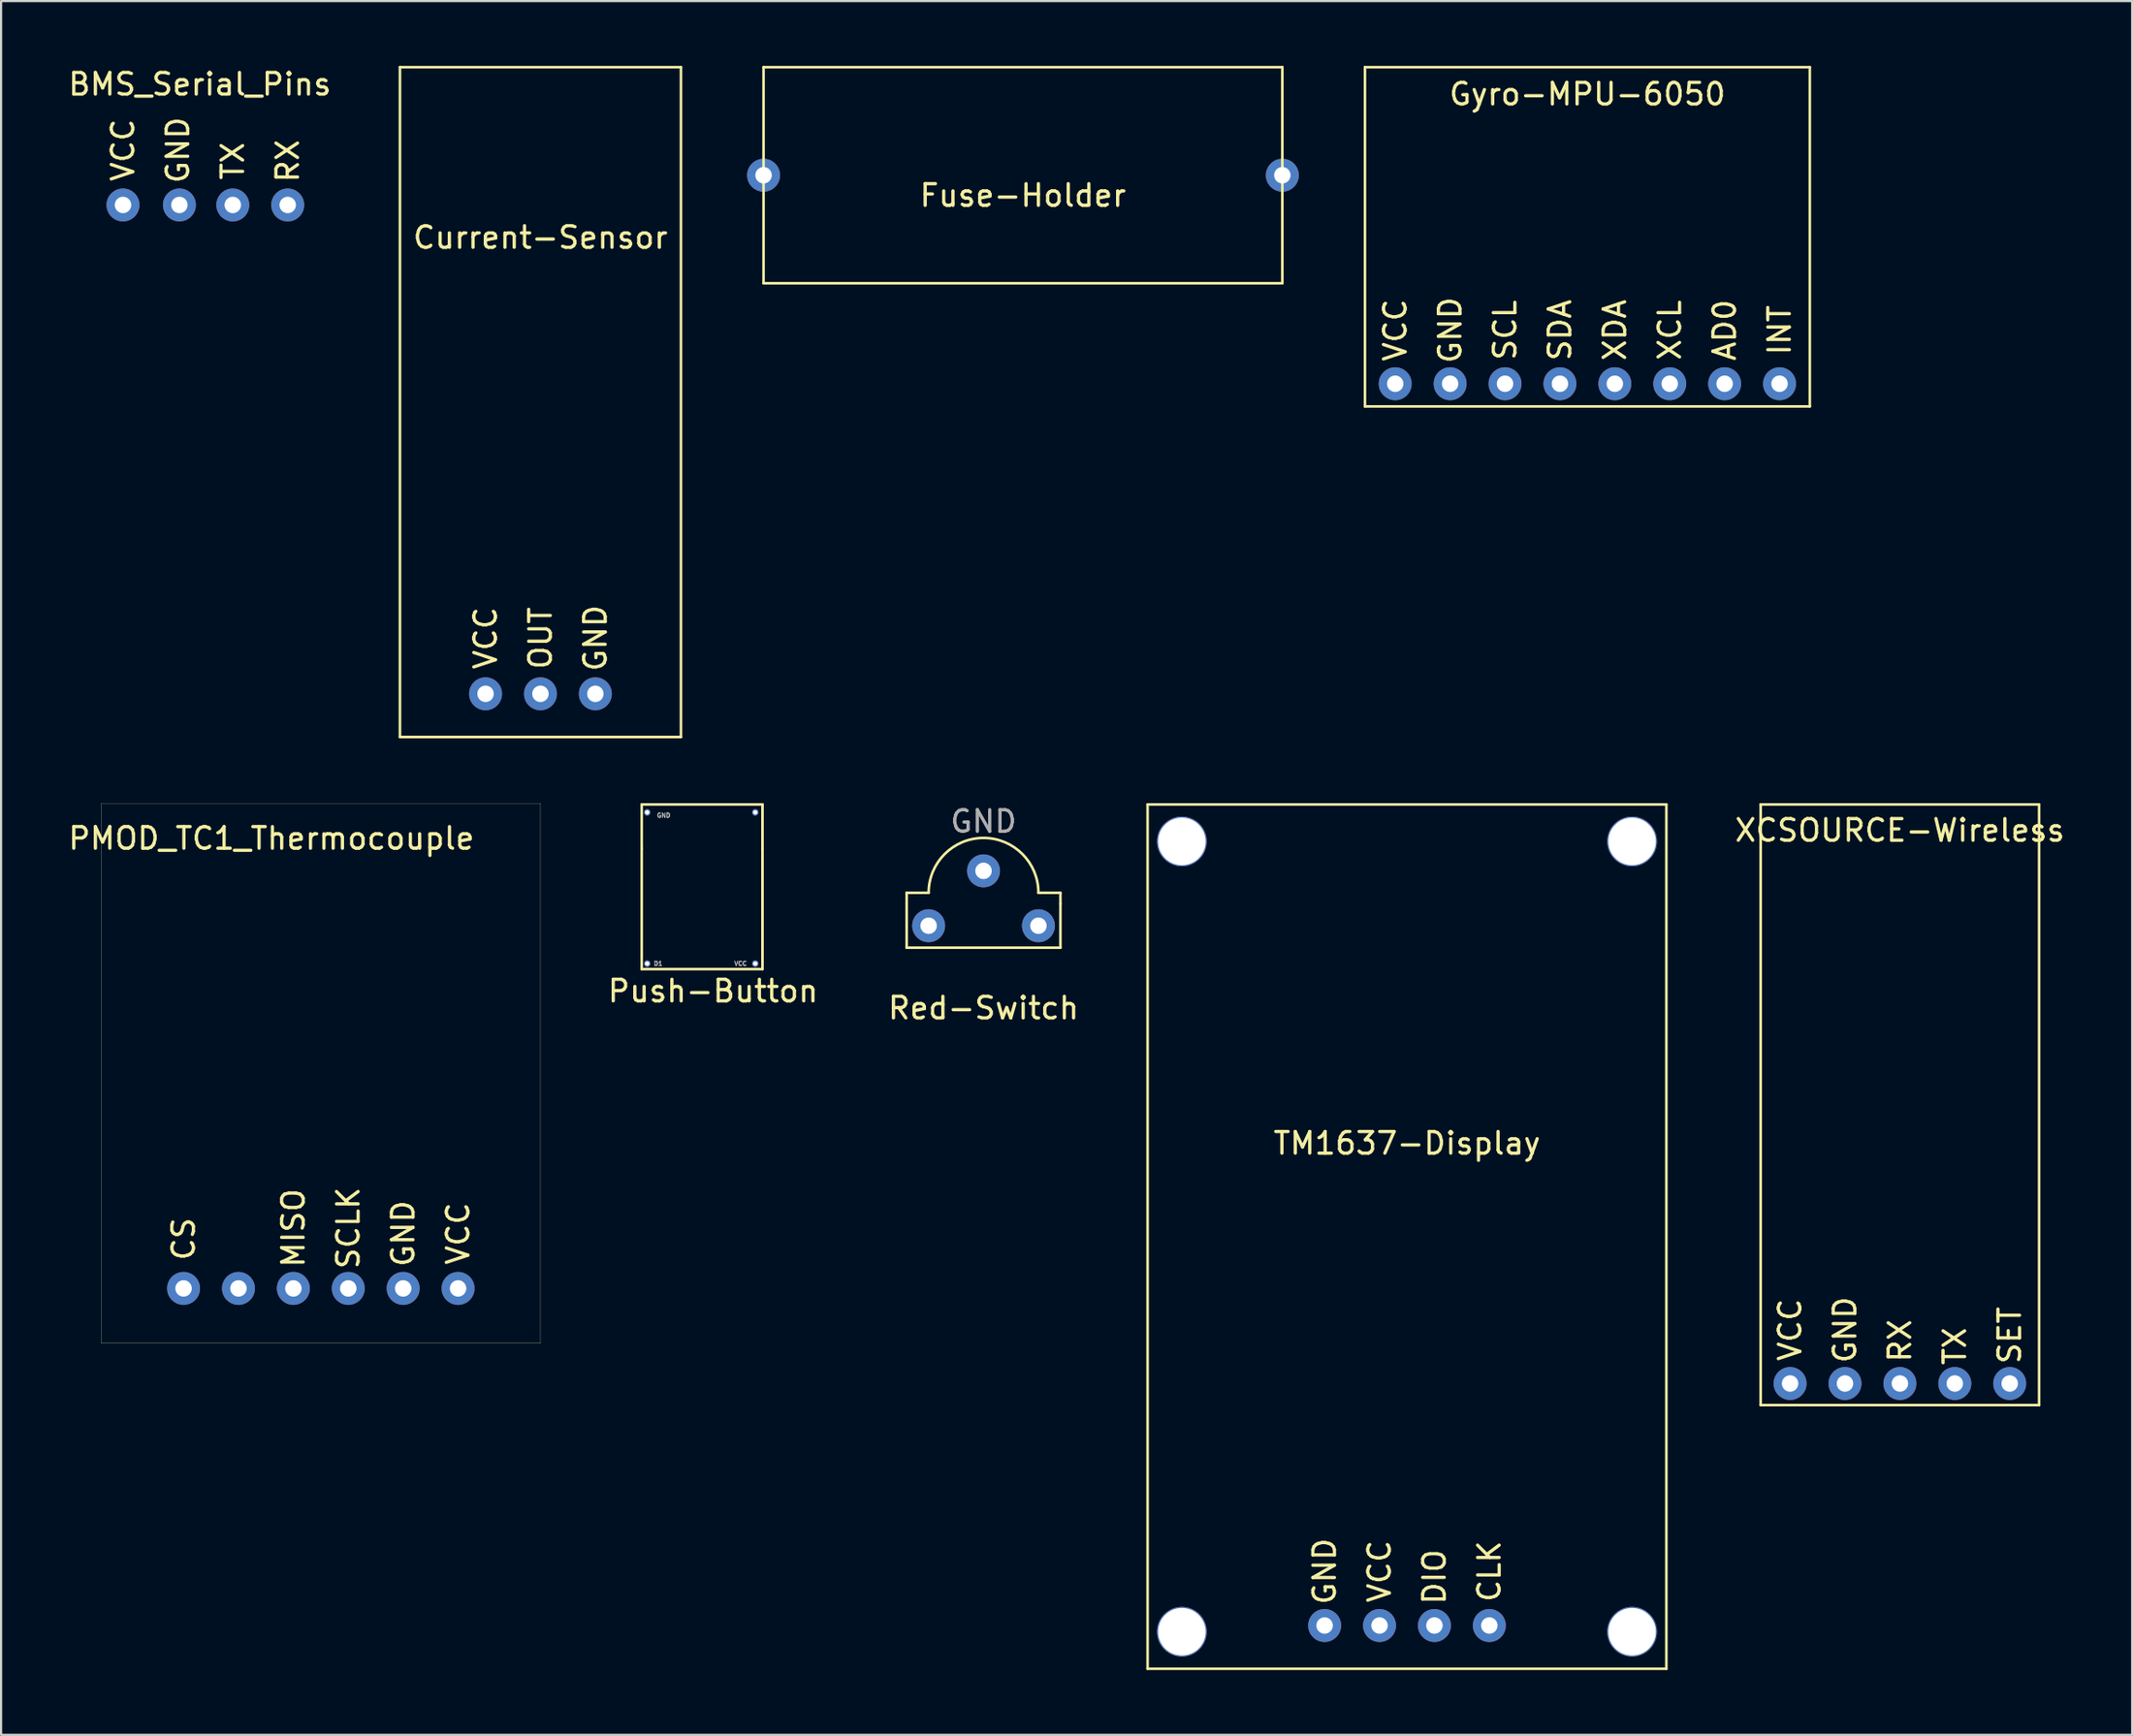
<source format=kicad_pcb>
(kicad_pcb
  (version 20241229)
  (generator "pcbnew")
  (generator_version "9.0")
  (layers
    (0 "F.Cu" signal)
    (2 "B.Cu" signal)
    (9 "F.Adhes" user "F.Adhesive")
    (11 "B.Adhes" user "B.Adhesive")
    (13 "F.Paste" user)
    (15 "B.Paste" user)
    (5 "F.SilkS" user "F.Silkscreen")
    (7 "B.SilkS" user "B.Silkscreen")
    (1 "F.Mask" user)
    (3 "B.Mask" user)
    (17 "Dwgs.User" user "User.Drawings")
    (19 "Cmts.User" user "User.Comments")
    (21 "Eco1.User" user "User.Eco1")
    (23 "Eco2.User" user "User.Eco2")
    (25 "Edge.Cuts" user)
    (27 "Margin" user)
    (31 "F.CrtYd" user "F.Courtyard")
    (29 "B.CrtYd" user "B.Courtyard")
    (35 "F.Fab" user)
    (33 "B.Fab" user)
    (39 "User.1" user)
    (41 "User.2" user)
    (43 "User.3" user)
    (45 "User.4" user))
  (footprint "Red-Switch"
    (layer "F.Cu")
    (at 42.451 39.794)
    (property "Reference" "Red-Switch" (at 0 3.81 0) (layer "F.SilkS") (effects (font (size 1 1) (thickness 0.15))))
    (attr through_hole)
    (fp_line (start -3.556 -1.524) (end -3.556 -1.016) (stroke (width 0.12) (type solid)) (layer "F.SilkS"))
    (fp_line (start -3.556 -1.016) (end -3.556 1.016) (stroke (width 0.12) (type solid)) (layer "F.SilkS"))
    (fp_line (start -3.556 1.016) (end 3.556 1.016) (stroke (width 0.12) (type solid)) (layer "F.SilkS"))
    (fp_line (start -2.54 -1.524) (end -3.556 -1.524) (stroke (width 0.12) (type solid)) (layer "F.SilkS"))
    (fp_line (start 2.54 -1.524) (end 3.556 -1.524) (stroke (width 0.12) (type solid)) (layer "F.SilkS"))
    (fp_line (start 3.556 -1.524) (end 3.556 -1.016) (stroke (width 0.12) (type solid)) (layer "F.SilkS"))
    (fp_line (start 3.556 1.016) (end 3.556 -1.016) (stroke (width 0.12) (type solid)) (layer "F.SilkS"))
    (fp_arc (start -2.54 -1.524) (mid 0 -4.064) (end 2.54 -1.524) (stroke (width 0.12) (type solid)) (layer "F.SilkS"))
    (fp_text user "GND" (at 0 -4.826 0) (layer "F.Fab") (effects (font (size 1 1) (thickness 0.15))))
    (pad "1" thru_hole circle (at -2.54 0) (size 1.524 1.524) (drill 0.762) (layers "*.Cu" "*.Mask"))
    (pad "2" thru_hole circle (at 2.54 0) (size 1.524 1.524) (drill 0.762) (layers "*.Cu" "*.Mask"))
    (pad "3" thru_hole circle (at 0 -2.54) (size 1.524 1.524) (drill 0.762) (layers "*.Cu" "*.Mask")))
  (footprint "Fuse-Holder"
    (layer "F.Cu")
    (at 44.275 10.06)
    (property "Reference" "Fuse-Holder" (at 0 -4.064 0) (layer "F.SilkS") (effects (font (size 1 1) (thickness 0.15))))
    (attr through_hole)
    (fp_line (start -12 0) (end -12 -10) (stroke (width 0.12) (type solid)) (layer "F.SilkS"))
    (fp_line (start 12 -10) (end -12 -10) (stroke (width 0.12) (type solid)) (layer "F.SilkS"))
    (fp_line (start 12 0) (end -12 0) (stroke (width 0.12) (type solid)) (layer "F.SilkS"))
    (fp_line (start 12 0) (end 12 -10) (stroke (width 0.12) (type solid)) (layer "F.SilkS"))
    (pad "1" thru_hole circle (at -12 -5) (size 1.524 1.524) (drill 0.762) (layers "*.Cu" "*.Mask"))
    (pad "2" thru_hole circle (at 12 -5) (size 1.524 1.524) (drill 0.762) (layers "*.Cu" "*.Mask")))
  (footprint "PMOD_TC1_Thermocouple"
    (layer "F.Cu")
    (at 9.252 52.769)
    (property "Reference" "PMOD_TC1_Thermocouple" (at 0.254 -17.018 0) (layer "F.SilkS") (effects (font (size 1 1) (thickness 0.15))))
    (attr through_hole)
    (fp_line (start -7.62 -18.644) (end 12.7 -18.644) (stroke (width 0.01) (type solid)) (layer "F.SilkS"))
    (fp_line (start -7.62 6.35) (end -7.62 -18.644) (stroke (width 0.01) (type solid)) (layer "F.SilkS"))
    (fp_line (start -7.62 6.35) (end 12.7 6.35) (stroke (width 0.01) (type solid)) (layer "F.SilkS"))
    (fp_line (start 12.7 6.35) (end 12.7 -18.644) (stroke (width 0.01) (type solid)) (layer "F.SilkS"))
    (fp_text user "CS" (at -3.81 1.524 90) (layer "F.SilkS") (effects (font (size 1 1) (thickness 0.15))))
    (fp_text user "SCLK" (at 3.81 1.016 90) (layer "F.SilkS") (effects (font (size 1 1) (thickness 0.15))))
    (fp_text user "MISO" (at 1.27 1.016 90) (layer "F.SilkS") (effects (font (size 1 1) (thickness 0.15))))
    (fp_text user "VCC" (at 8.89 1.27 90) (layer "F.SilkS") (effects (font (size 1 1) (thickness 0.15))))
    (fp_text user "GND" (at 6.35 1.27 90) (layer "F.SilkS") (effects (font (size 1 1) (thickness 0.15))))
    (pad "1" thru_hole circle (at -3.81 3.81) (size 1.524 1.524) (drill 0.762) (layers "*.Cu" "*.Mask"))
    (pad "2" thru_hole circle (at -1.27 3.81) (size 1.524 1.524) (drill 0.762) (layers "*.Cu" "*.Mask"))
    (pad "3" thru_hole circle (at 1.27 3.81) (size 1.524 1.524) (drill 0.762) (layers "*.Cu" "*.Mask"))
    (pad "4" thru_hole circle (at 3.81 3.81) (size 1.524 1.524) (drill 0.762) (layers "*.Cu" "*.Mask"))
    (pad "5" thru_hole circle (at 6.35 3.81) (size 1.524 1.524) (drill 0.762) (layers "*.Cu" "*.Mask"))
    (pad "6" thru_hole circle (at 8.89 3.81) (size 1.524 1.524) (drill 0.762) (layers "*.Cu" "*.Mask")))
  (footprint "BMS_Serial_Pins"
    (layer "F.Cu")
    (at 6.45 6.436)
    (property "Reference" "BMS_Serial_Pins" (at -0.254 -5.588 0) (layer "F.SilkS") (effects (font (size 1 1) (thickness 0.15))))
    (attr through_hole)
    (fp_text user "VCC" (at -3.81 -2.54 90) (layer "F.SilkS") (effects (font (size 1 1) (thickness 0.15))))
    (fp_text user "GND" (at -1.27 -2.54 90) (layer "F.SilkS") (effects (font (size 1 1) (thickness 0.15))))
    (fp_text user "TX" (at 1.27 -2.032 90) (layer "F.SilkS") (effects (font (size 1 1) (thickness 0.15))))
    (fp_text user "RX" (at 3.81 -2.032 90) (layer "F.SilkS") (effects (font (size 1 1) (thickness 0.15))))
    (pad "1" thru_hole circle (at -3.81 0) (size 1.524 1.524) (drill 0.762) (layers "*.Cu" "*.Mask"))
    (pad "2" thru_hole circle (at -1.2 0) (size 1.524 1.524) (drill 0.762) (layers "*.Cu" "*.Mask"))
    (pad "3" thru_hole circle (at 1.27 0) (size 1.524 1.524) (drill 0.762) (layers "*.Cu" "*.Mask"))
    (pad "4" thru_hole circle (at 3.81 0) (size 1.524 1.524) (drill 0.762) (layers "*.Cu" "*.Mask")))
  (footprint "TM1637-Display"
    (layer "F.Cu")
    (at 62.041 54.18)
    (property "Reference" "TM1637-Display" (at 0 -4.318 0) (layer "F.SilkS") (effects (font (size 1 1) (thickness 0.15))))
    (attr through_hole)
    (fp_line (start -12 -20) (end -12 20) (stroke (width 0.12) (type solid)) (layer "F.SilkS"))
    (fp_line (start -12 -20) (end 12 -20) (stroke (width 0.12) (type solid)) (layer "F.SilkS"))
    (fp_line (start -12 20) (end 12 20) (stroke (width 0.12) (type solid)) (layer "F.SilkS"))
    (fp_line (start 12 -20) (end 12 20) (stroke (width 0.12) (type solid)) (layer "F.SilkS"))
    (fp_text user "GND" (at -3.81 15.494 90) (layer "F.SilkS") (effects (font (size 1 1) (thickness 0.15))))
    (fp_text user "VCC" (at -1.27 15.494 90) (layer "F.SilkS") (effects (font (size 1 1) (thickness 0.15))))
    (fp_text user "DIO" (at 1.27 15.748 90) (layer "F.SilkS") (effects (font (size 1 1) (thickness 0.15))))
    (fp_text user "CLK" (at 3.81 15.494 90) (layer "F.SilkS") (effects (font (size 1 1) (thickness 0.15))))
    (pad "" thru_hole circle (at -10.414 -18.288) (size 2.3 2.3) (drill 2.2) (layers "*.Cu" "*.Mask"))
    (pad "" thru_hole circle (at -10.414 18.288) (size 2.3 2.3) (drill 2.2) (layers "*.Cu" "*.Mask"))
    (pad "" thru_hole circle (at 10.414 -18.288) (size 2.3 2.3) (drill 2.2) (layers "*.Cu" "*.Mask"))
    (pad "" thru_hole circle (at 10.414 18.288) (size 2.3 2.3) (drill 2.2) (layers "*.Cu" "*.Mask"))
    (pad "1" thru_hole circle (at -3.81 18) (size 1.524 1.524) (drill 0.762) (layers "*.Cu" "*.Mask"))
    (pad "2" thru_hole circle (at -1.27 18) (size 1.524 1.524) (drill 0.762) (layers "*.Cu" "*.Mask"))
    (pad "3" thru_hole circle (at 1.27 18) (size 1.524 1.524) (drill 0.762) (layers "*.Cu" "*.Mask"))
    (pad "4" thru_hole circle (at 3.81 18) (size 1.524 1.524) (drill 0.762) (layers "*.Cu" "*.Mask")))
  (footprint "Push-Button"
    (layer "F.Cu")
    (at 26.891 41.546)
    (property "Reference" "Push-Button" (at 3.048 1.27 0) (layer "F.SilkS") (effects (font (size 1 1) (thickness 0.15))))
    (attr through_hole)
    (fp_line (start -0.254 -7.366) (end -0.254 -5.334) (stroke (width 0.12) (type solid)) (layer "F.SilkS"))
    (fp_line (start -0.254 -7.366) (end 5.334 -7.366) (stroke (width 0.12) (type solid)) (layer "F.SilkS"))
    (fp_line (start -0.254 0.254) (end -0.254 -5.334) (stroke (width 0.12) (type solid)) (layer "F.SilkS"))
    (fp_line (start 5.334 -5.334) (end 5.334 -7.366) (stroke (width 0.12) (type solid)) (layer "F.SilkS"))
    (fp_line (start 5.334 -5.334) (end 5.334 0.254) (stroke (width 0.12) (type solid)) (layer "F.SilkS"))
    (fp_line (start 5.334 0.254) (end -0.254 0.254) (stroke (width 0.12) (type solid)) (layer "F.SilkS"))
    (fp_text user "D1" (at 0.508 0 0) (layer "F.Fab") (effects (font (size 0.2 0.2) (thickness 0.05))))
    (fp_text user "VCC" (at 4.318 0 0) (layer "F.Fab") (effects (font (size 0.2 0.2) (thickness 0.05))))
    (fp_text user "GND" (at 0.762 -6.858 0) (layer "F.Fab") (effects (font (size 0.2 0.2) (thickness 0.05))))
    (pad "1" thru_hole circle (at 0 0) (size 0.3 0.3) (drill 0.2) (layers "*.Cu" "*.Mask"))
    (pad "2" thru_hole circle (at 5 0) (size 0.3 0.3) (drill 0.2) (layers "*.Cu" "*.Mask"))
    (pad "3" thru_hole circle (at 0 -7) (size 0.3 0.3) (drill 0.2) (layers "*.Cu" "*.Mask"))
    (pad "4" thru_hole circle (at 5 -7) (size 0.3 0.3) (drill 0.2) (layers "*.Cu" "*.Mask")))
  (footprint "XCSOURCE-Wireless"
    (layer "F.Cu")
    (at 84.845 48.08)
    (property "Reference" "XCSOURCE-Wireless" (at 0 -12.7 0) (layer "F.SilkS") (effects (font (size 1 1) (thickness 0.15))))
    (attr through_hole)
    (fp_line (start -6.44 -13.9) (end 6.44 -13.9) (stroke (width 0.12) (type solid)) (layer "F.SilkS"))
    (fp_line (start -6.44 13.9) (end -6.44 -13.9) (stroke (width 0.12) (type solid)) (layer "F.SilkS"))
    (fp_line (start -6.44 13.9) (end 6.44 13.9) (stroke (width 0.12) (type solid)) (layer "F.SilkS"))
    (fp_line (start 6.44 13.9) (end 6.44 -13.9) (stroke (width 0.12) (type solid)) (layer "F.SilkS"))
    (fp_text user "RX" (at 0 10.922 90) (layer "F.SilkS") (effects (font (size 1 1) (thickness 0.15))))
    (fp_text user "TX" (at 2.54 11.176 90) (layer "F.SilkS") (effects (font (size 1 1) (thickness 0.15))))
    (fp_text user "VCC" (at -5.08 10.414 90) (layer "F.SilkS") (effects (font (size 1 1) (thickness 0.15))))
    (fp_text user "GND" (at -2.54 10.414 90) (layer "F.SilkS") (effects (font (size 1 1) (thickness 0.15))))
    (fp_text user "SET" (at 5.08 10.668 90) (layer "F.SilkS") (effects (font (size 1 1) (thickness 0.15))))
    (pad "1" thru_hole circle (at -5.08 12.9) (size 1.524 1.524) (drill 0.762) (layers "*.Cu" "*.Mask"))
    (pad "2" thru_hole circle (at -2.54 12.9) (size 1.524 1.524) (drill 0.762) (layers "*.Cu" "*.Mask"))
    (pad "3" thru_hole circle (at 0 12.9) (size 1.524 1.524) (drill 0.762) (layers "*.Cu" "*.Mask"))
    (pad "4" thru_hole circle (at 2.54 12.9) (size 1.524 1.524) (drill 0.762) (layers "*.Cu" "*.Mask"))
    (pad "5" thru_hole circle (at 5.08 12.9) (size 1.524 1.524) (drill 0.762) (layers "*.Cu" "*.Mask")))
  (footprint "Current-Sensor"
    (layer "F.Cu")
    (at 21.953 15.56)
    (property "Reference" "Current-Sensor" (at 0 -7.62 0) (layer "F.SilkS") (effects (font (size 1 1) (thickness 0.15))))
    (attr through_hole)
    (fp_line (start -6.5 15.5) (end -6.5 -15.5) (stroke (width 0.12) (type solid)) (layer "F.SilkS"))
    (fp_line (start 6.5 -15.5) (end -6.5 -15.5) (stroke (width 0.12) (type solid)) (layer "F.SilkS"))
    (fp_line (start 6.5 15.5) (end -6.5 15.5) (stroke (width 0.12) (type solid)) (layer "F.SilkS"))
    (fp_line (start 6.5 15.5) (end 6.5 -15.5) (stroke (width 0.12) (type solid)) (layer "F.SilkS"))
    (fp_text user "OUT" (at 0 10.922 90) (layer "F.SilkS") (effects (font (size 1 1) (thickness 0.15))))
    (fp_text user "VCC" (at -2.54 10.922 90) (layer "F.SilkS") (effects (font (size 1 1) (thickness 0.15))))
    (fp_text user "GND" (at 2.54 10.922 90) (layer "F.SilkS") (effects (font (size 1 1) (thickness 0.15))))
    (pad "1" thru_hole circle (at -2.54 13.5) (size 1.524 1.524) (drill 0.762) (layers "*.Cu" "*.Mask"))
    (pad "2" thru_hole circle (at 0 13.5) (size 1.524 1.524) (drill 0.762) (layers "*.Cu" "*.Mask"))
    (pad "3" thru_hole circle (at 2.54 13.5) (size 1.524 1.524) (drill 0.762) (layers "*.Cu" "*.Mask")))
  (footprint "Gyro-MPU-6050"
    (layer "F.Cu")
    (at 70.387 7.91)
    (property "Reference" "Gyro-MPU-6050" (at 0 -6.604 0) (layer "F.SilkS") (effects (font (size 1 1) (thickness 0.15))))
    (attr through_hole)
    (fp_line (start -10.29 -7.85) (end 10.29 -7.85) (stroke (width 0.12) (type solid)) (layer "F.SilkS"))
    (fp_line (start -10.29 7.85) (end -10.29 -7.85) (stroke (width 0.12) (type solid)) (layer "F.SilkS"))
    (fp_line (start -10.29 7.85) (end 10.29 7.85) (stroke (width 0.12) (type solid)) (layer "F.SilkS"))
    (fp_line (start 10.29 7.85) (end 10.29 -7.85) (stroke (width 0.12) (type solid)) (layer "F.SilkS"))
    (fp_text user "GND" (at -6.35 4.318 90) (layer "F.SilkS") (effects (font (size 1 1) (thickness 0.15))))
    (fp_text user "AD0" (at 6.35 4.318 90) (layer "F.SilkS") (effects (font (size 1 1) (thickness 0.15))))
    (fp_text user "XCL" (at 3.81 4.318 90) (layer "F.SilkS") (effects (font (size 1 1) (thickness 0.15))))
    (fp_text user "INT" (at 8.89 4.318 90) (layer "F.SilkS") (effects (font (size 1 1) (thickness 0.15))))
    (fp_text user "VCC" (at -8.89 4.318 90) (layer "F.SilkS") (effects (font (size 1 1) (thickness 0.15))))
    (fp_text user "XDA" (at 1.27 4.318 90) (layer "F.SilkS") (effects (font (size 1 1) (thickness 0.15))))
    (fp_text user "SDA" (at -1.27 4.318 90) (layer "F.SilkS") (effects (font (size 1 1) (thickness 0.15))))
    (fp_text user "SCL" (at -3.81 4.318 90) (layer "F.SilkS") (effects (font (size 1 1) (thickness 0.15))))
    (pad "1" thru_hole circle (at -8.89 6.8) (size 1.524 1.524) (drill 0.762) (layers "*.Cu" "*.Mask"))
    (pad "2" thru_hole circle (at -6.35 6.8) (size 1.524 1.524) (drill 0.762) (layers "*.Cu" "*.Mask"))
    (pad "3" thru_hole circle (at -3.81 6.8) (size 1.524 1.524) (drill 0.762) (layers "*.Cu" "*.Mask"))
    (pad "4" thru_hole circle (at -1.27 6.8) (size 1.524 1.524) (drill 0.762) (layers "*.Cu" "*.Mask"))
    (pad "5" thru_hole circle (at 1.27 6.8) (size 1.524 1.524) (drill 0.762) (layers "*.Cu" "*.Mask"))
    (pad "6" thru_hole circle (at 3.81 6.8) (size 1.524 1.524) (drill 0.762) (layers "*.Cu" "*.Mask"))
    (pad "7" thru_hole circle (at 6.35 6.8) (size 1.524 1.524) (drill 0.762) (layers "*.Cu" "*.Mask"))
    (pad "8" thru_hole circle (at 8.89 6.8) (size 1.524 1.524) (drill 0.762) (layers "*.Cu" "*.Mask")))
  (gr_rect
    (start -3 -3)
    (end 95.589 77.24)
    (stroke (width 0.1) (type default))
    (fill no)
    (layer "Edge.Cuts")))
</source>
